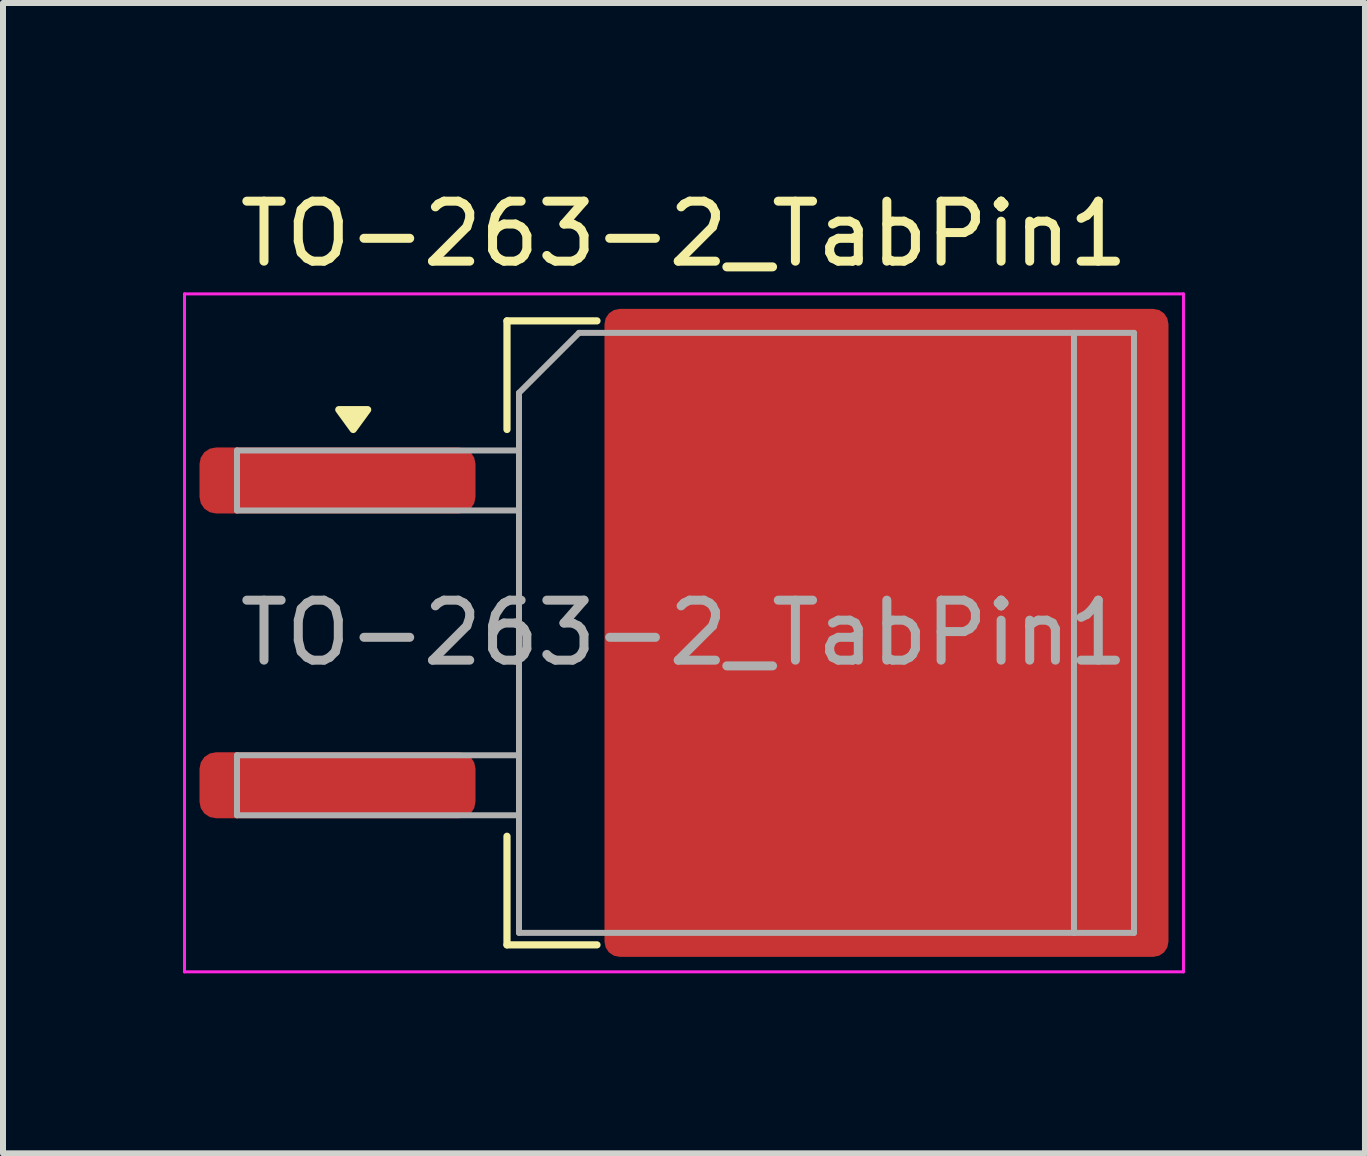
<source format=kicad_pcb>
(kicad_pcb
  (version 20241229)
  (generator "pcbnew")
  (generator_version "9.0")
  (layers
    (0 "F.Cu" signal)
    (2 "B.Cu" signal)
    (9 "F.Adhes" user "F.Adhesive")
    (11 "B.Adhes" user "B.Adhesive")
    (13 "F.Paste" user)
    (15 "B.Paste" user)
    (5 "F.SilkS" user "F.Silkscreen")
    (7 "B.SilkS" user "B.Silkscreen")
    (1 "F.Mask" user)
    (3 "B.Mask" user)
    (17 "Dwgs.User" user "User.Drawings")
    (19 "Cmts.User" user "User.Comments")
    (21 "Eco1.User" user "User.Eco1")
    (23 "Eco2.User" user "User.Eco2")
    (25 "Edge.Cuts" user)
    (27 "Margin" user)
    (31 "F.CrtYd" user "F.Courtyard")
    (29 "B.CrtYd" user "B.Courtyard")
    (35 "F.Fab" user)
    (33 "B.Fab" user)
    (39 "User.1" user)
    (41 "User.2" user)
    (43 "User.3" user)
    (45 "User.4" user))
  (footprint "TO-263-2_TabPin1"
    (layer "F.Cu")
    (at 10.225 7.498)
    (property "Reference" "TO-263-2_TabPin1" (at -1.875 -6.65 180) (layer "F.SilkS") (effects (font (size 1 1) (thickness 0.15))))
    (attr smd)
    (fp_line (start -4.825 -5.2) (end -4.825 -3.39) (stroke (width 0.12) (type solid)) (layer "F.SilkS"))
    (fp_line (start -4.825 5.2) (end -4.825 3.39) (stroke (width 0.12) (type solid)) (layer "F.SilkS"))
    (fp_line (start -3.325 -5.2) (end -4.825 -5.2) (stroke (width 0.12) (type solid)) (layer "F.SilkS"))
    (fp_line (start -3.325 5.2) (end -4.825 5.2) (stroke (width 0.12) (type solid)) (layer "F.SilkS"))
    (fp_poly (pts (xy -7.388 -3.39) (xy -7.628 -3.72) (xy -7.147 -3.72) (xy -7.388 -3.39)) (stroke (width 0.12) (type solid)) (fill yes) (layer "F.SilkS"))
    (fp_line (start -10.2 -5.65) (end -10.2 5.65) (stroke (width 0.05) (type solid)) (layer "F.CrtYd"))
    (fp_line (start -10.2 5.65) (end 6.45 5.65) (stroke (width 0.05) (type solid)) (layer "F.CrtYd"))
    (fp_line (start 6.45 -5.65) (end -10.2 -5.65) (stroke (width 0.05) (type solid)) (layer "F.CrtYd"))
    (fp_line (start 6.45 5.65) (end 6.45 -5.65) (stroke (width 0.05) (type solid)) (layer "F.CrtYd"))
    (fp_line (start -9.325 -3.04) (end -9.325 -2.04) (stroke (width 0.1) (type solid)) (layer "F.Fab"))
    (fp_line (start -9.325 -2.04) (end -4.625 -2.04) (stroke (width 0.1) (type solid)) (layer "F.Fab"))
    (fp_line (start -9.325 2.04) (end -9.325 3.04) (stroke (width 0.1) (type solid)) (layer "F.Fab"))
    (fp_line (start -9.325 3.04) (end -4.625 3.04) (stroke (width 0.1) (type solid)) (layer "F.Fab"))
    (fp_line (start -4.625 -4) (end -3.625 -5) (stroke (width 0.1) (type solid)) (layer "F.Fab"))
    (fp_line (start -4.625 -3.04) (end -9.325 -3.04) (stroke (width 0.1) (type solid)) (layer "F.Fab"))
    (fp_line (start -4.625 2.04) (end -9.325 2.04) (stroke (width 0.1) (type solid)) (layer "F.Fab"))
    (fp_line (start -4.625 5) (end -4.625 -4) (stroke (width 0.1) (type solid)) (layer "F.Fab"))
    (fp_line (start -3.625 -5) (end 4.625 -5) (stroke (width 0.1) (type solid)) (layer "F.Fab"))
    (fp_line (start 4.625 -5) (end 4.625 5) (stroke (width 0.1) (type solid)) (layer "F.Fab"))
    (fp_line (start 4.625 -5) (end 5.625 -5) (stroke (width 0.1) (type solid)) (layer "F.Fab"))
    (fp_line (start 4.625 5) (end -4.625 5) (stroke (width 0.1) (type solid)) (layer "F.Fab"))
    (fp_line (start 5.625 -5) (end 5.625 5) (stroke (width 0.1) (type solid)) (layer "F.Fab"))
    (fp_line (start 5.625 5) (end 4.625 5) (stroke (width 0.1) (type solid)) (layer "F.Fab"))
    (fp_text user "${REFERENCE}" (at -1.875 0 180) (layer "F.Fab") (effects (font (size 1 1) (thickness 0.15))))
    (pad "" smd roundrect (at -0.925 -2.775) (size 4.55 5.25) (layers "F.Paste") (roundrect_rratio 0.055))
    (pad "" smd roundrect (at -0.925 2.775) (size 4.55 5.25) (layers "F.Paste") (roundrect_rratio 0.055))
    (pad "" smd roundrect (at 3.925 -2.775) (size 4.55 5.25) (layers "F.Paste") (roundrect_rratio 0.055))
    (pad "" smd roundrect (at 3.925 2.775) (size 4.55 5.25) (layers "F.Paste") (roundrect_rratio 0.055))
    (pad "1" smd roundrect (at -7.65 -2.54) (size 4.6 1.1) (layers "F.Cu" "F.Mask" "F.Paste") (roundrect_rratio 0.25))
    (pad "1" smd roundrect (at 1.5 0) (size 9.4 10.8) (layers "F.Cu" "F.Mask") (roundrect_rratio 0.027))
    (pad "2" smd roundrect (at -7.65 2.54) (size 4.6 1.1) (layers "F.Cu" "F.Mask" "F.Paste") (roundrect_rratio 0.25)))
  (gr_rect
    (start -3 -3)
    (end 19.7 16.173)
    (stroke (width 0.1) (type default))
    (fill no)
    (layer "Edge.Cuts")))
</source>
